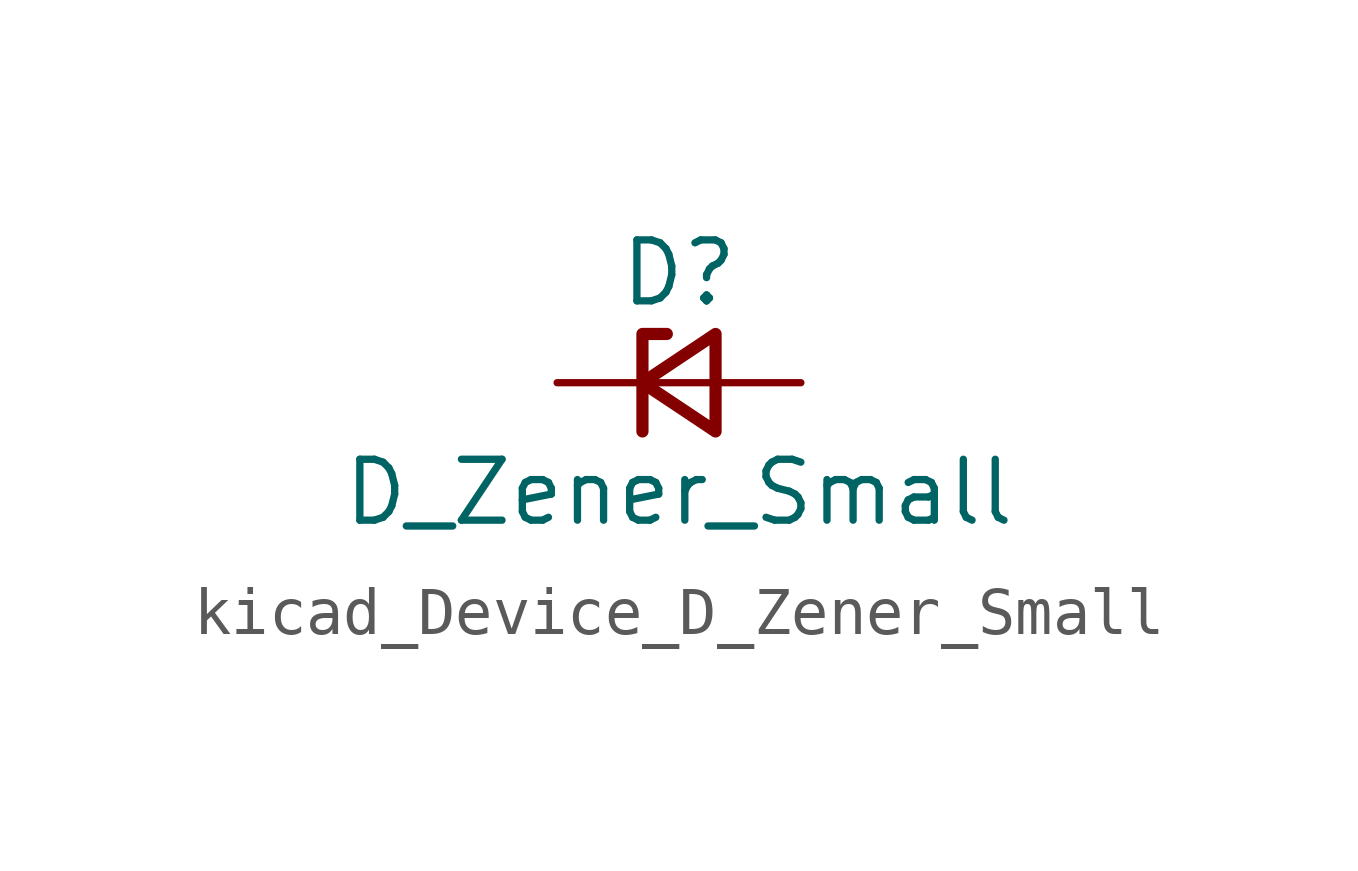
<source format=kicad_sym>
(kicad_symbol_lib
  (version 20220914)
  (generator kicad_symbol_editor)
  (symbol "kicad_Device_D_Zener_Small"
    (pin_numbers hide)
    (pin_names
      (offset 0.254) hide)
    (property "Reference" "D"
      (at 0 2.286 0)
      (effects (font (size 1.27 1.27))))
    (property "Value" "D_Zener_Small"
      (at 0 -2.286 0)
      (effects (font (size 1.27 1.27))))
    (symbol "kicad_Device_D_Zener_Small_0_1"
      (polyline (pts (xy 0.762 0) (xy -0.762 0)) (stroke (width 0) (type default)) (fill (type none)))
      (polyline (pts (xy -0.254 1.016) (xy -0.762 1.016) (xy -0.762 -1.016)) (stroke (width 0.254) (type default)) (fill (type none)))
      (polyline (pts (xy 0.762 1.016) (xy -0.762 0) (xy 0.762 -1.016) (xy 0.762 1.016)) (stroke (width 0.254) (type default)) (fill (type none))))
    (symbol "kicad_Device_D_Zener_Small_1_1"
      (pin passive line (at -2.54 0 0) (length 1.778) (name "K" (effects (font (size 1.27 1.27)))) (number "1" (effects (font (size 1.27 1.27)))))
      (pin passive line (at 2.54 0 180) (length 1.778) (name "A" (effects (font (size 1.27 1.27)))) (number "2" (effects (font (size 1.27 1.27))))))))
</source>
